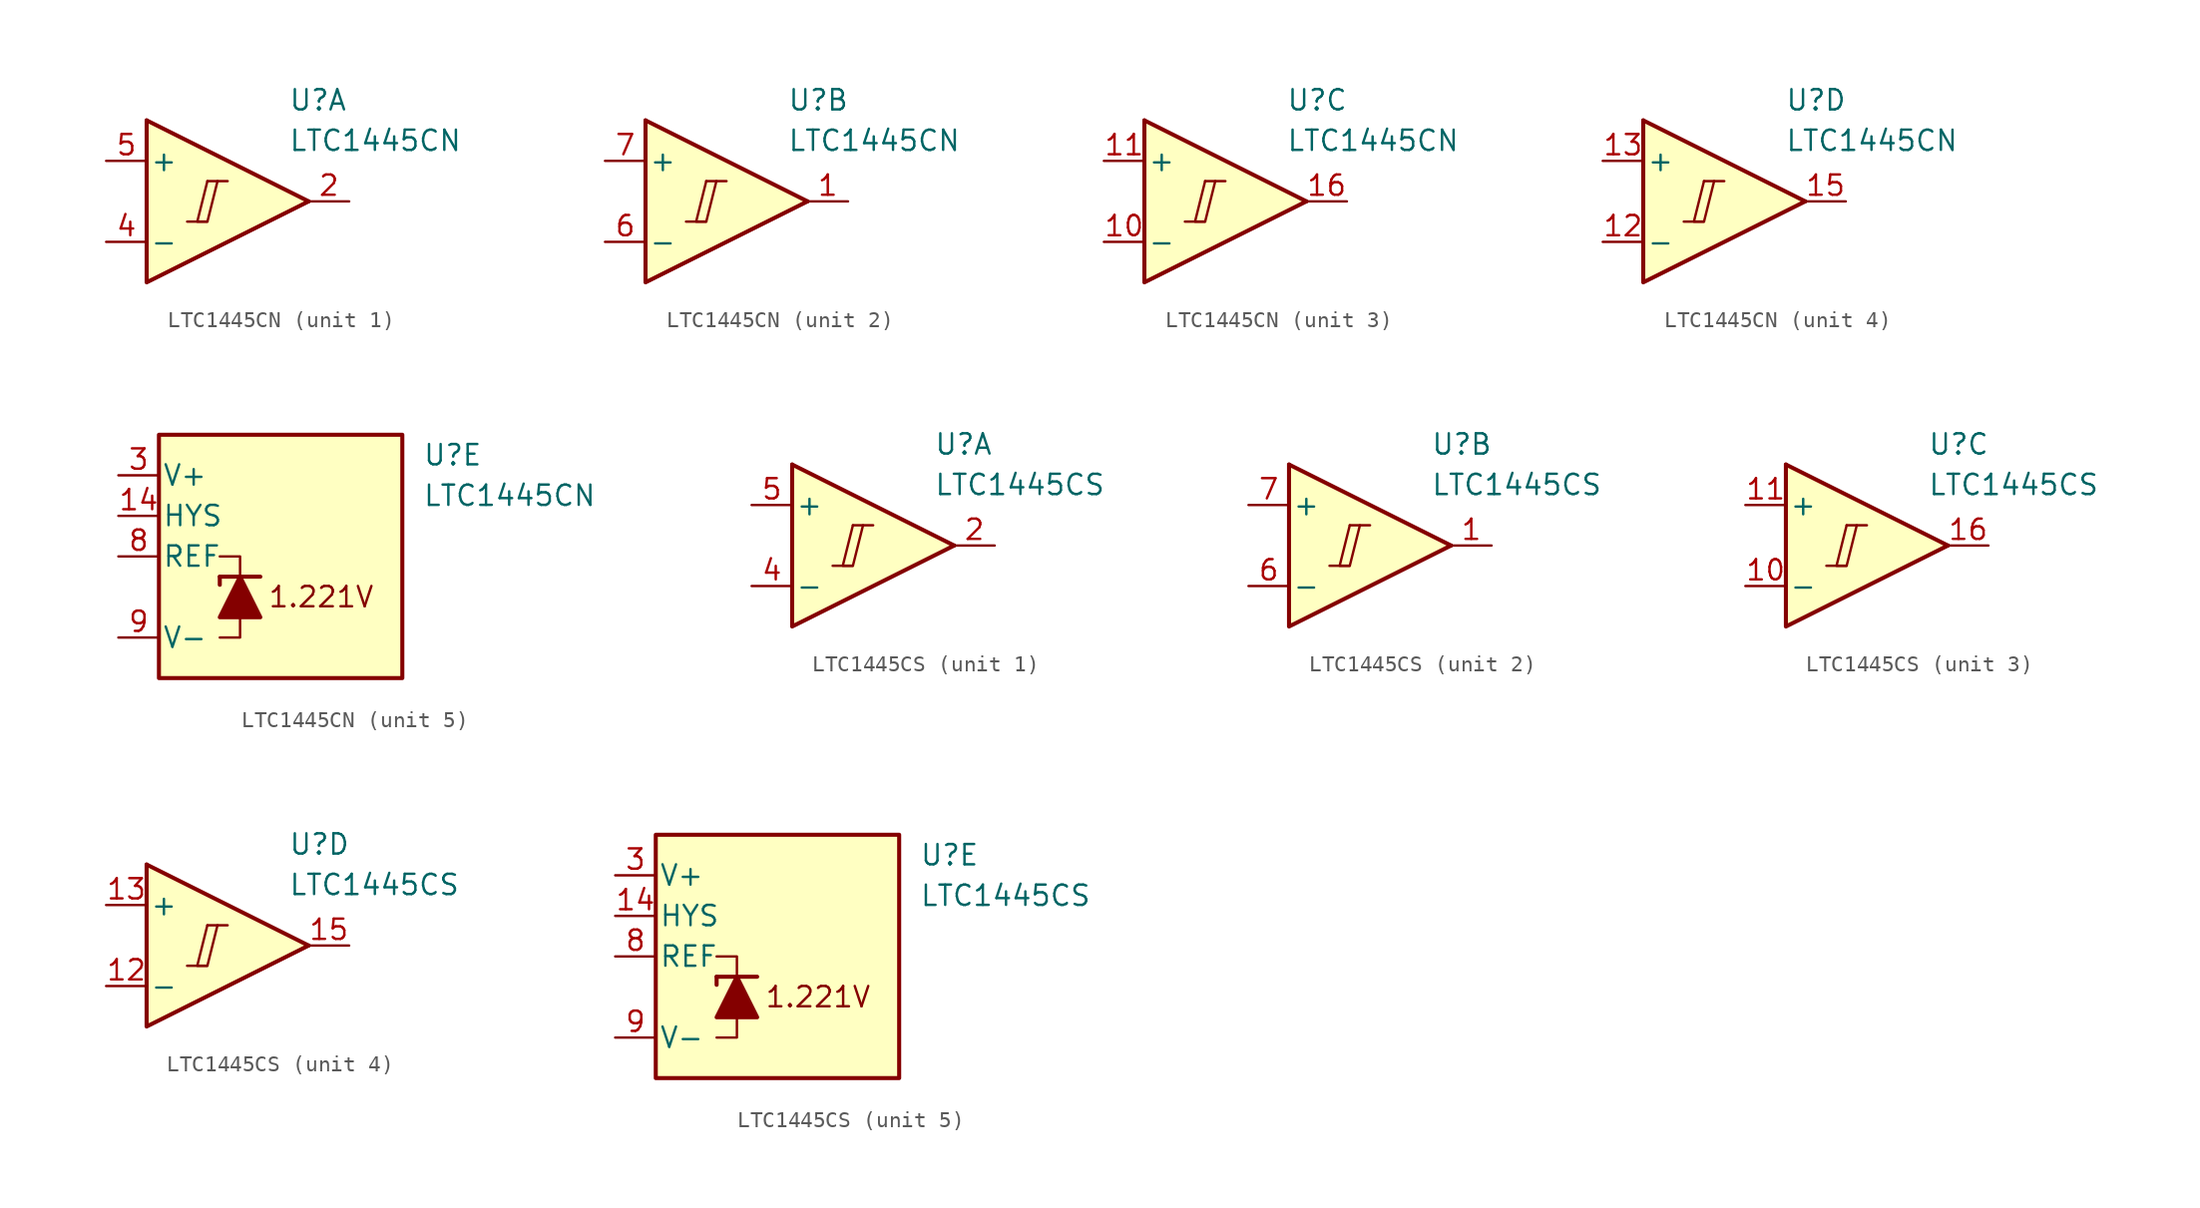
<source format=kicad_sym>
(kicad_symbol_lib
  (version 20211014)
  (generator kicad_symbol_editor)
  (symbol "LTC1445CN"
    (pin_names
      (offset 0.2))
    (property "Reference" "U"
      (at 5.08 6.35 0)
      (effects (font (size 1.27 1.27)) (justify left)))
    (property "Value" "LTC1445CN"
      (at 5.08 3.81 0)
      (effects (font (size 1.27 1.27)) (justify left)))
    (property "ki_locked" ""
      (at 0 0 0)
      (effects (font (size 1.27 1.27))))
    (symbol "LTC1445CN_1_0"
      (polyline (pts (xy -1.27 -1.27) (xy 0 -1.27)) (stroke (width 0.152) (type default) (color 0 0 0 0)) (fill (type none)))
      (polyline (pts (xy 0 1.27) (xy 1.27 1.27)) (stroke (width 0.152) (type default) (color 0 0 0 0)) (fill (type none)))
      (polyline (pts (xy 0 1.27) (xy -0.635 -1.27) (xy 0 -1.27) (xy 0.635 1.27)) (stroke (width 0.152) (type default) (color 0 0 0 0)) (fill (type none))))
    (symbol "LTC1445CN_1_1"
      (polyline (pts (xy -3.81 5.08) (xy 6.35 0)) (stroke (width 0.254) (type default) (color 0 0 0 0)) (fill (type none)))
      (polyline (pts (xy -3.81 5.08) (xy -3.81 -5.08) (xy 6.35 0)) (stroke (width 0.254) (type default) (color 0 0 0 0)) (fill (type background)))
      (pin output line (at 8.89 0 180) (length 2.54) (name "~" (effects (font (size 1.27 1.27)))) (number "2" (effects (font (size 1.27 1.27)))))
      (pin input line (at -6.35 -2.54 0) (length 2.54) (name "-" (effects (font (size 1.27 1.27)))) (number "4" (effects (font (size 1.27 1.27)))))
      (pin input line (at -6.35 2.54 0) (length 2.54) (name "+" (effects (font (size 1.27 1.27)))) (number "5" (effects (font (size 1.27 1.27))))))
    (symbol "LTC1445CN_2_0"
      (polyline (pts (xy -1.27 -1.27) (xy 0 -1.27)) (stroke (width 0.152) (type default) (color 0 0 0 0)) (fill (type none)))
      (polyline (pts (xy 0 1.27) (xy 1.27 1.27)) (stroke (width 0.152) (type default) (color 0 0 0 0)) (fill (type none)))
      (polyline (pts (xy 0 1.27) (xy -0.635 -1.27) (xy 0 -1.27) (xy 0.635 1.27)) (stroke (width 0.152) (type default) (color 0 0 0 0)) (fill (type none))))
    (symbol "LTC1445CN_2_1"
      (polyline (pts (xy -3.81 5.08) (xy 6.35 0)) (stroke (width 0.254) (type default) (color 0 0 0 0)) (fill (type none)))
      (polyline (pts (xy -3.81 5.08) (xy -3.81 -5.08) (xy 6.35 0)) (stroke (width 0.254) (type default) (color 0 0 0 0)) (fill (type background)))
      (pin output line (at 8.89 0 180) (length 2.54) (name "~" (effects (font (size 1.27 1.27)))) (number "1" (effects (font (size 1.27 1.27)))))
      (pin input line (at -6.35 -2.54 0) (length 2.54) (name "-" (effects (font (size 1.27 1.27)))) (number "6" (effects (font (size 1.27 1.27)))))
      (pin input line (at -6.35 2.54 0) (length 2.54) (name "+" (effects (font (size 1.27 1.27)))) (number "7" (effects (font (size 1.27 1.27))))))
    (symbol "LTC1445CN_3_0"
      (polyline (pts (xy -1.27 -1.27) (xy 0 -1.27)) (stroke (width 0.152) (type default) (color 0 0 0 0)) (fill (type none)))
      (polyline (pts (xy 0 1.27) (xy 1.27 1.27)) (stroke (width 0.152) (type default) (color 0 0 0 0)) (fill (type none)))
      (polyline (pts (xy 0 1.27) (xy -0.635 -1.27) (xy 0 -1.27) (xy 0.635 1.27)) (stroke (width 0.152) (type default) (color 0 0 0 0)) (fill (type none))))
    (symbol "LTC1445CN_3_1"
      (polyline (pts (xy -3.81 5.08) (xy 6.35 0)) (stroke (width 0.254) (type default) (color 0 0 0 0)) (fill (type none)))
      (polyline (pts (xy -3.81 5.08) (xy -3.81 -5.08) (xy 6.35 0)) (stroke (width 0.254) (type default) (color 0 0 0 0)) (fill (type background)))
      (pin input line (at -6.35 -2.54 0) (length 2.54) (name "-" (effects (font (size 1.27 1.27)))) (number "10" (effects (font (size 1.27 1.27)))))
      (pin input line (at -6.35 2.54 0) (length 2.54) (name "+" (effects (font (size 1.27 1.27)))) (number "11" (effects (font (size 1.27 1.27)))))
      (pin output line (at 8.89 0 180) (length 2.54) (name "~" (effects (font (size 1.27 1.27)))) (number "16" (effects (font (size 1.27 1.27))))))
    (symbol "LTC1445CN_4_0"
      (polyline (pts (xy -1.27 -1.27) (xy 0 -1.27)) (stroke (width 0.152) (type default) (color 0 0 0 0)) (fill (type none)))
      (polyline (pts (xy 0 1.27) (xy 1.27 1.27)) (stroke (width 0.152) (type default) (color 0 0 0 0)) (fill (type none)))
      (polyline (pts (xy 0 1.27) (xy -0.635 -1.27) (xy 0 -1.27) (xy 0.635 1.27)) (stroke (width 0.152) (type default) (color 0 0 0 0)) (fill (type none))))
    (symbol "LTC1445CN_4_1"
      (polyline (pts (xy -3.81 5.08) (xy 6.35 0)) (stroke (width 0.254) (type default) (color 0 0 0 0)) (fill (type none)))
      (polyline (pts (xy -3.81 5.08) (xy -3.81 -5.08) (xy 6.35 0)) (stroke (width 0.254) (type default) (color 0 0 0 0)) (fill (type background)))
      (pin input line (at -6.35 -2.54 0) (length 2.54) (name "-" (effects (font (size 1.27 1.27)))) (number "12" (effects (font (size 1.27 1.27)))))
      (pin input line (at -6.35 2.54 0) (length 2.54) (name "+" (effects (font (size 1.27 1.27)))) (number "13" (effects (font (size 1.27 1.27)))))
      (pin output line (at 8.89 0 180) (length 2.54) (name "~" (effects (font (size 1.27 1.27)))) (number "15" (effects (font (size 1.27 1.27))))))
    (symbol "LTC1445CN_5_0"
      (text "1.221V" (at -1.27 -2.54 0) (effects (font (size 1.27 1.27)))))
    (symbol "LTC1445CN_5_1"
      (rectangle (start -11.43 7.62) (end 3.81 -7.62) (stroke (width 0.254) (type default) (color 0 0 0 0)) (fill (type background)))
      (polyline (pts (xy -7.62 -1.27) (xy -7.62 -1.778)) (stroke (width 0.254) (type default) (color 0 0 0 0)) (fill (type none)))
      (polyline (pts (xy -7.62 -1.27) (xy -5.08 -1.27)) (stroke (width 0.254) (type default) (color 0 0 0 0)) (fill (type none)))
      (polyline (pts (xy -6.35 -3.81) (xy -6.35 -5.08) (xy -7.62 -5.08)) (stroke (width 0) (type default) (color 0 0 0 0)) (fill (type none)))
      (polyline (pts (xy -6.35 -1.27) (xy -6.35 0) (xy -7.62 0)) (stroke (width 0) (type default) (color 0 0 0 0)) (fill (type none)))
      (polyline (pts (xy -5.08 -3.81) (xy -7.62 -3.81) (xy -6.35 -1.27) (xy -5.08 -3.81)) (stroke (width 0.254) (type default) (color 0 0 0 0)) (fill (type outline)))
      (pin input line (at -13.97 2.54 0) (length 2.54) (name "HYS" (effects (font (size 1.27 1.27)))) (number "14" (effects (font (size 1.27 1.27)))))
      (pin power_in line (at -13.97 5.08 0) (length 2.54) (name "V+" (effects (font (size 1.27 1.27)))) (number "3" (effects (font (size 1.27 1.27)))))
      (pin output line (at -13.97 0 0) (length 2.54) (name "REF" (effects (font (size 1.27 1.27)))) (number "8" (effects (font (size 1.27 1.27)))))
      (pin power_in line (at -13.97 -5.08 0) (length 2.54) (name "V-" (effects (font (size 1.27 1.27)))) (number "9" (effects (font (size 1.27 1.27)))))))
  (symbol "LTC1445CS"
    (pin_names
      (offset 0.2))
    (property "Reference" "U"
      (at 5.08 6.35 0)
      (effects (font (size 1.27 1.27)) (justify left)))
    (property "Value" "LTC1445CS"
      (at 5.08 3.81 0)
      (effects (font (size 1.27 1.27)) (justify left)))
    (property "ki_locked" ""
      (at 0 0 0)
      (effects (font (size 1.27 1.27))))
    (symbol "LTC1445CS_1_0"
      (polyline (pts (xy -1.27 -1.27) (xy 0 -1.27)) (stroke (width 0.152) (type default) (color 0 0 0 0)) (fill (type none)))
      (polyline (pts (xy 0 1.27) (xy 1.27 1.27)) (stroke (width 0.152) (type default) (color 0 0 0 0)) (fill (type none)))
      (polyline (pts (xy 0 1.27) (xy -0.635 -1.27) (xy 0 -1.27) (xy 0.635 1.27)) (stroke (width 0.152) (type default) (color 0 0 0 0)) (fill (type none))))
    (symbol "LTC1445CS_1_1"
      (polyline (pts (xy -3.81 5.08) (xy 6.35 0)) (stroke (width 0.254) (type default) (color 0 0 0 0)) (fill (type none)))
      (polyline (pts (xy -3.81 5.08) (xy -3.81 -5.08) (xy 6.35 0)) (stroke (width 0.254) (type default) (color 0 0 0 0)) (fill (type background)))
      (pin output line (at 8.89 0 180) (length 2.54) (name "~" (effects (font (size 1.27 1.27)))) (number "2" (effects (font (size 1.27 1.27)))))
      (pin input line (at -6.35 -2.54 0) (length 2.54) (name "-" (effects (font (size 1.27 1.27)))) (number "4" (effects (font (size 1.27 1.27)))))
      (pin input line (at -6.35 2.54 0) (length 2.54) (name "+" (effects (font (size 1.27 1.27)))) (number "5" (effects (font (size 1.27 1.27))))))
    (symbol "LTC1445CS_2_0"
      (polyline (pts (xy -1.27 -1.27) (xy 0 -1.27)) (stroke (width 0.152) (type default) (color 0 0 0 0)) (fill (type none)))
      (polyline (pts (xy 0 1.27) (xy 1.27 1.27)) (stroke (width 0.152) (type default) (color 0 0 0 0)) (fill (type none)))
      (polyline (pts (xy 0 1.27) (xy -0.635 -1.27) (xy 0 -1.27) (xy 0.635 1.27)) (stroke (width 0.152) (type default) (color 0 0 0 0)) (fill (type none))))
    (symbol "LTC1445CS_2_1"
      (polyline (pts (xy -3.81 5.08) (xy 6.35 0)) (stroke (width 0.254) (type default) (color 0 0 0 0)) (fill (type none)))
      (polyline (pts (xy -3.81 5.08) (xy -3.81 -5.08) (xy 6.35 0)) (stroke (width 0.254) (type default) (color 0 0 0 0)) (fill (type background)))
      (pin output line (at 8.89 0 180) (length 2.54) (name "~" (effects (font (size 1.27 1.27)))) (number "1" (effects (font (size 1.27 1.27)))))
      (pin input line (at -6.35 -2.54 0) (length 2.54) (name "-" (effects (font (size 1.27 1.27)))) (number "6" (effects (font (size 1.27 1.27)))))
      (pin input line (at -6.35 2.54 0) (length 2.54) (name "+" (effects (font (size 1.27 1.27)))) (number "7" (effects (font (size 1.27 1.27))))))
    (symbol "LTC1445CS_3_0"
      (polyline (pts (xy -1.27 -1.27) (xy 0 -1.27)) (stroke (width 0.152) (type default) (color 0 0 0 0)) (fill (type none)))
      (polyline (pts (xy 0 1.27) (xy 1.27 1.27)) (stroke (width 0.152) (type default) (color 0 0 0 0)) (fill (type none)))
      (polyline (pts (xy 0 1.27) (xy -0.635 -1.27) (xy 0 -1.27) (xy 0.635 1.27)) (stroke (width 0.152) (type default) (color 0 0 0 0)) (fill (type none))))
    (symbol "LTC1445CS_3_1"
      (polyline (pts (xy -3.81 5.08) (xy 6.35 0)) (stroke (width 0.254) (type default) (color 0 0 0 0)) (fill (type none)))
      (polyline (pts (xy -3.81 5.08) (xy -3.81 -5.08) (xy 6.35 0)) (stroke (width 0.254) (type default) (color 0 0 0 0)) (fill (type background)))
      (pin input line (at -6.35 -2.54 0) (length 2.54) (name "-" (effects (font (size 1.27 1.27)))) (number "10" (effects (font (size 1.27 1.27)))))
      (pin input line (at -6.35 2.54 0) (length 2.54) (name "+" (effects (font (size 1.27 1.27)))) (number "11" (effects (font (size 1.27 1.27)))))
      (pin output line (at 8.89 0 180) (length 2.54) (name "~" (effects (font (size 1.27 1.27)))) (number "16" (effects (font (size 1.27 1.27))))))
    (symbol "LTC1445CS_4_0"
      (polyline (pts (xy -1.27 -1.27) (xy 0 -1.27)) (stroke (width 0.152) (type default) (color 0 0 0 0)) (fill (type none)))
      (polyline (pts (xy 0 1.27) (xy 1.27 1.27)) (stroke (width 0.152) (type default) (color 0 0 0 0)) (fill (type none)))
      (polyline (pts (xy 0 1.27) (xy -0.635 -1.27) (xy 0 -1.27) (xy 0.635 1.27)) (stroke (width 0.152) (type default) (color 0 0 0 0)) (fill (type none))))
    (symbol "LTC1445CS_4_1"
      (polyline (pts (xy -3.81 5.08) (xy 6.35 0)) (stroke (width 0.254) (type default) (color 0 0 0 0)) (fill (type none)))
      (polyline (pts (xy -3.81 5.08) (xy -3.81 -5.08) (xy 6.35 0)) (stroke (width 0.254) (type default) (color 0 0 0 0)) (fill (type background)))
      (pin input line (at -6.35 -2.54 0) (length 2.54) (name "-" (effects (font (size 1.27 1.27)))) (number "12" (effects (font (size 1.27 1.27)))))
      (pin input line (at -6.35 2.54 0) (length 2.54) (name "+" (effects (font (size 1.27 1.27)))) (number "13" (effects (font (size 1.27 1.27)))))
      (pin output line (at 8.89 0 180) (length 2.54) (name "~" (effects (font (size 1.27 1.27)))) (number "15" (effects (font (size 1.27 1.27))))))
    (symbol "LTC1445CS_5_0"
      (text "1.221V" (at -1.27 -2.54 0) (effects (font (size 1.27 1.27)))))
    (symbol "LTC1445CS_5_1"
      (rectangle (start -11.43 7.62) (end 3.81 -7.62) (stroke (width 0.254) (type default) (color 0 0 0 0)) (fill (type background)))
      (polyline (pts (xy -7.62 -1.27) (xy -7.62 -1.778)) (stroke (width 0.254) (type default) (color 0 0 0 0)) (fill (type none)))
      (polyline (pts (xy -7.62 -1.27) (xy -5.08 -1.27)) (stroke (width 0.254) (type default) (color 0 0 0 0)) (fill (type none)))
      (polyline (pts (xy -6.35 -3.81) (xy -6.35 -5.08) (xy -7.62 -5.08)) (stroke (width 0) (type default) (color 0 0 0 0)) (fill (type none)))
      (polyline (pts (xy -6.35 -1.27) (xy -6.35 0) (xy -7.62 0)) (stroke (width 0) (type default) (color 0 0 0 0)) (fill (type none)))
      (polyline (pts (xy -5.08 -3.81) (xy -7.62 -3.81) (xy -6.35 -1.27) (xy -5.08 -3.81)) (stroke (width 0.254) (type default) (color 0 0 0 0)) (fill (type outline)))
      (pin input line (at -13.97 2.54 0) (length 2.54) (name "HYS" (effects (font (size 1.27 1.27)))) (number "14" (effects (font (size 1.27 1.27)))))
      (pin power_in line (at -13.97 5.08 0) (length 2.54) (name "V+" (effects (font (size 1.27 1.27)))) (number "3" (effects (font (size 1.27 1.27)))))
      (pin output line (at -13.97 0 0) (length 2.54) (name "REF" (effects (font (size 1.27 1.27)))) (number "8" (effects (font (size 1.27 1.27)))))
      (pin power_in line (at -13.97 -5.08 0) (length 2.54) (name "V-" (effects (font (size 1.27 1.27)))) (number "9" (effects (font (size 1.27 1.27))))))))
</source>
